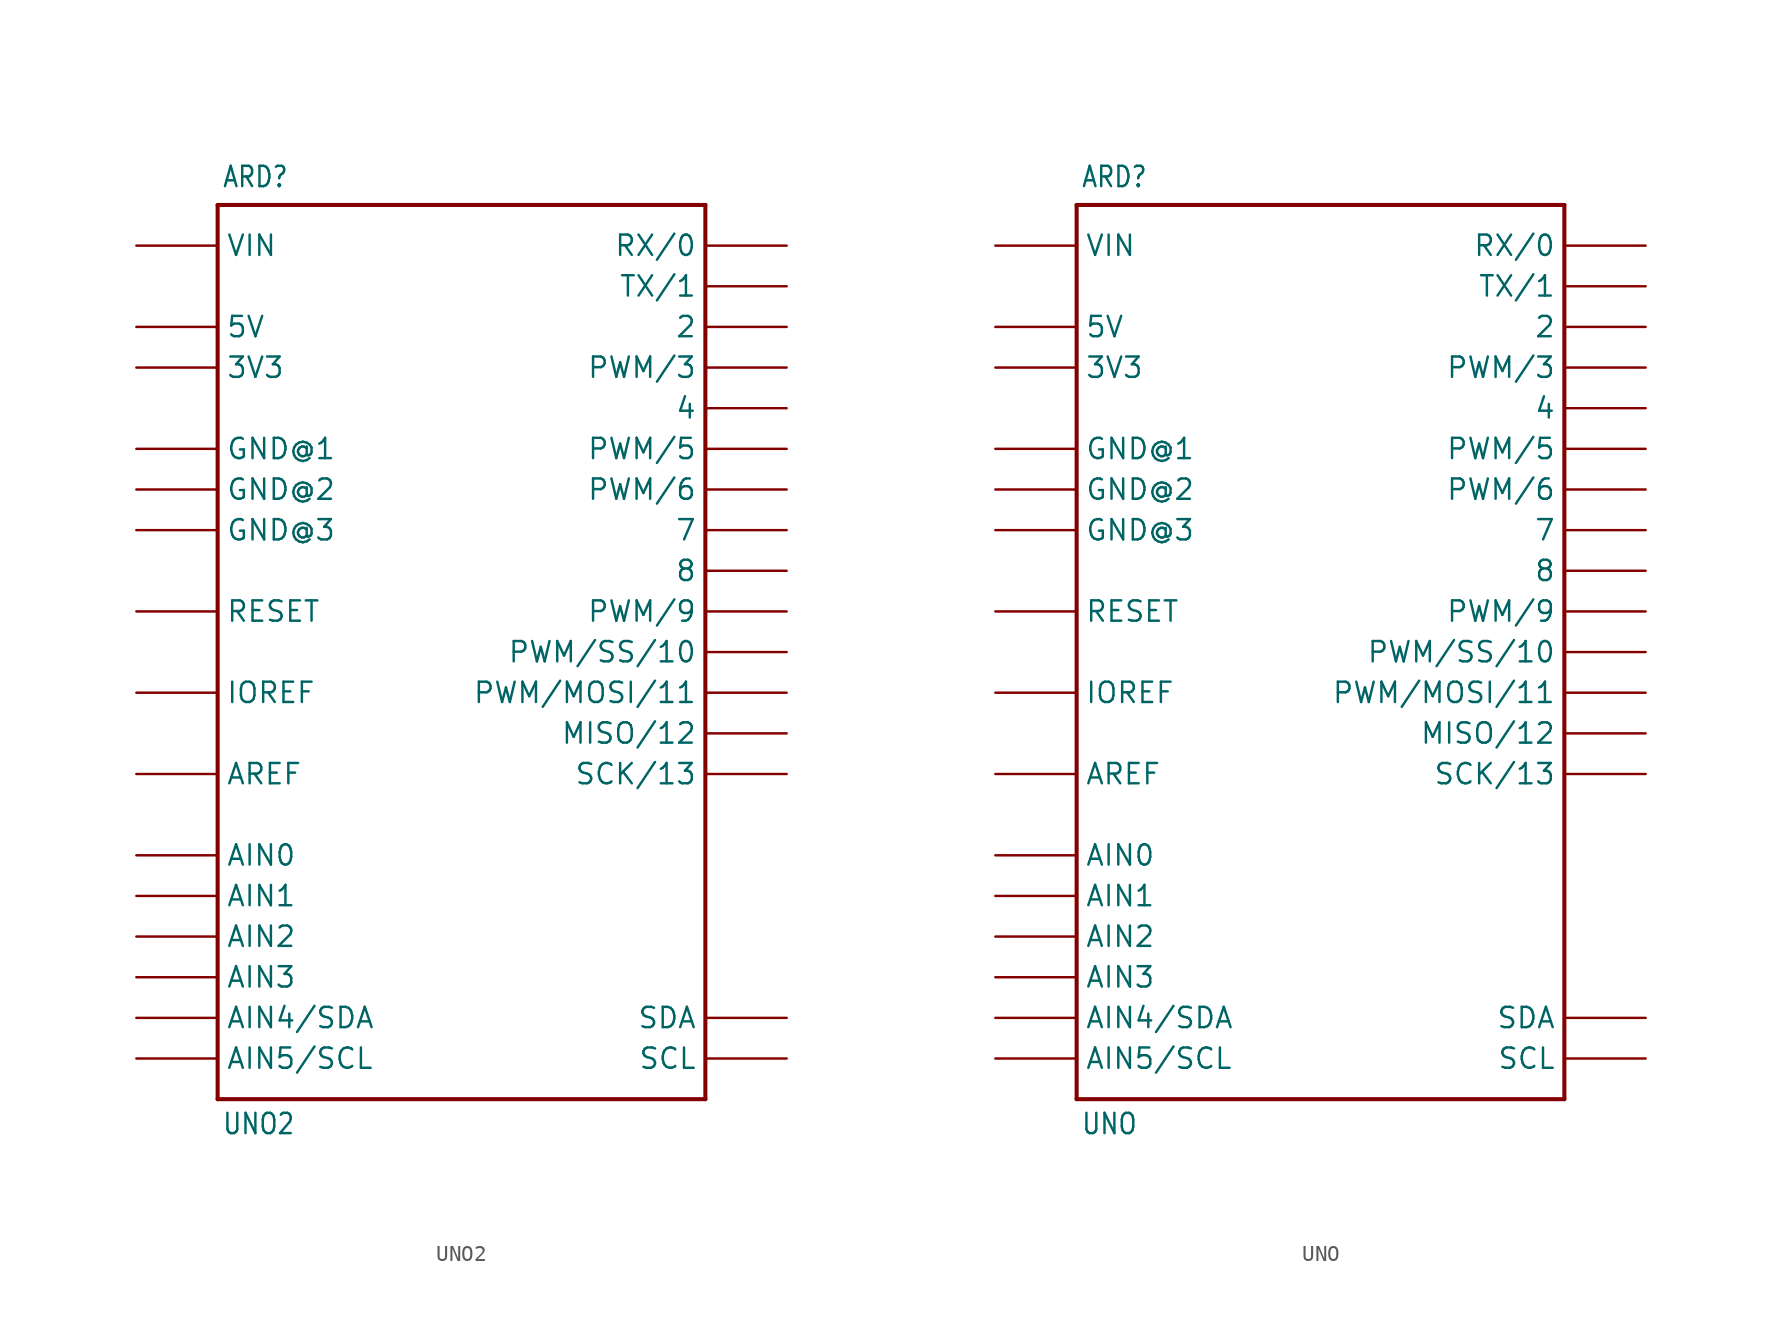
<source format=kicad_sym>
(kicad_symbol_lib
  (version 20211014)
  (generator kicad_symbol_editor)
  (symbol "UNO2"
    (property "Reference" "ARD"
      (at -14.986 28.956 0)
      (effects (font (size 1.27 1.079)) (justify left bottom)))
    (property "Value" "UNO2"
      (at -14.986 -30.226 0)
      (effects (font (size 1.27 1.079)) (justify left bottom)))
    (property "ki_locked" ""
      (at 0 0 0)
      (effects (font (size 1.27 1.27))))
    (symbol "UNO2_1_0"
      (polyline (pts (xy -15.24 -27.94) (xy 15.24 -27.94)) (stroke (width 0.254) (type default) (color 0 0 0 0)) (fill (type none)))
      (polyline (pts (xy -15.24 27.94) (xy -15.24 -27.94)) (stroke (width 0.254) (type default) (color 0 0 0 0)) (fill (type none)))
      (polyline (pts (xy 15.24 -27.94) (xy 15.24 27.94)) (stroke (width 0.254) (type default) (color 0 0 0 0)) (fill (type none)))
      (polyline (pts (xy 15.24 27.94) (xy -15.24 27.94)) (stroke (width 0.254) (type default) (color 0 0 0 0)) (fill (type none)))
      (pin bidirectional line (at 20.32 25.4 180) (length 5.08) (name "RX/0" (effects (font (size 1.27 1.27)))) (number "0" (effects (font (size 0 0)))))
      (pin bidirectional line (at 20.32 22.86 180) (length 5.08) (name "TX/1" (effects (font (size 1.27 1.27)))) (number "1" (effects (font (size 0 0)))))
      (pin bidirectional line (at 20.32 0 180) (length 5.08) (name "PWM/SS/10" (effects (font (size 1.27 1.27)))) (number "10" (effects (font (size 0 0)))))
      (pin bidirectional line (at 20.32 -2.54 180) (length 5.08) (name "PWM/MOSI/11" (effects (font (size 1.27 1.27)))) (number "11" (effects (font (size 0 0)))))
      (pin bidirectional line (at 20.32 -5.08 180) (length 5.08) (name "MISO/12" (effects (font (size 1.27 1.27)))) (number "12" (effects (font (size 0 0)))))
      (pin bidirectional line (at 20.32 -7.62 180) (length 5.08) (name "SCK/13" (effects (font (size 1.27 1.27)))) (number "13" (effects (font (size 0 0)))))
      (pin bidirectional line (at 20.32 20.32 180) (length 5.08) (name "2" (effects (font (size 1.27 1.27)))) (number "2" (effects (font (size 0 0)))))
      (pin bidirectional line (at 20.32 17.78 180) (length 5.08) (name "PWM/3" (effects (font (size 1.27 1.27)))) (number "3" (effects (font (size 0 0)))))
      (pin power_in line (at -20.32 17.78 0) (length 5.08) (name "3V3" (effects (font (size 1.27 1.27)))) (number "3V3" (effects (font (size 0 0)))))
      (pin bidirectional line (at 20.32 15.24 180) (length 5.08) (name "4" (effects (font (size 1.27 1.27)))) (number "4" (effects (font (size 0 0)))))
      (pin bidirectional line (at 20.32 12.7 180) (length 5.08) (name "PWM/5" (effects (font (size 1.27 1.27)))) (number "5" (effects (font (size 0 0)))))
      (pin power_in line (at -20.32 20.32 0) (length 5.08) (name "5V" (effects (font (size 1.27 1.27)))) (number "5V" (effects (font (size 0 0)))))
      (pin bidirectional line (at 20.32 10.16 180) (length 5.08) (name "PWM/6" (effects (font (size 1.27 1.27)))) (number "6" (effects (font (size 0 0)))))
      (pin bidirectional line (at 20.32 7.62 180) (length 5.08) (name "7" (effects (font (size 1.27 1.27)))) (number "7" (effects (font (size 0 0)))))
      (pin bidirectional line (at 20.32 5.08 180) (length 5.08) (name "8" (effects (font (size 1.27 1.27)))) (number "8" (effects (font (size 0 0)))))
      (pin bidirectional line (at 20.32 2.54 180) (length 5.08) (name "PWM/9" (effects (font (size 1.27 1.27)))) (number "9" (effects (font (size 0 0)))))
      (pin bidirectional line (at -20.32 -12.7 0) (length 5.08) (name "AIN0" (effects (font (size 1.27 1.27)))) (number "AIN0" (effects (font (size 0 0)))))
      (pin bidirectional line (at -20.32 -15.24 0) (length 5.08) (name "AIN1" (effects (font (size 1.27 1.27)))) (number "AIN1" (effects (font (size 0 0)))))
      (pin bidirectional line (at -20.32 -17.78 0) (length 5.08) (name "AIN2" (effects (font (size 1.27 1.27)))) (number "AIN2" (effects (font (size 0 0)))))
      (pin bidirectional line (at -20.32 -20.32 0) (length 5.08) (name "AIN3" (effects (font (size 1.27 1.27)))) (number "AIN3" (effects (font (size 0 0)))))
      (pin bidirectional line (at -20.32 -22.86 0) (length 5.08) (name "AIN4/SDA" (effects (font (size 1.27 1.27)))) (number "AIN4" (effects (font (size 0 0)))))
      (pin bidirectional line (at -20.32 -25.4 0) (length 5.08) (name "AIN5/SCL" (effects (font (size 1.27 1.27)))) (number "AIN5" (effects (font (size 0 0)))))
      (pin power_in line (at -20.32 -7.62 0) (length 5.08) (name "AREF" (effects (font (size 1.27 1.27)))) (number "AREF" (effects (font (size 0 0)))))
      (pin power_in line (at -20.32 12.7 0) (length 5.08) (name "GND@1" (effects (font (size 1.27 1.27)))) (number "GND@1" (effects (font (size 0 0)))))
      (pin power_in line (at -20.32 10.16 0) (length 5.08) (name "GND@2" (effects (font (size 1.27 1.27)))) (number "GND@2" (effects (font (size 0 0)))))
      (pin power_in line (at -20.32 7.62 0) (length 5.08) (name "GND@3" (effects (font (size 1.27 1.27)))) (number "GND@3" (effects (font (size 0 0)))))
      (pin power_in line (at -20.32 -2.54 0) (length 5.08) (name "IOREF" (effects (font (size 1.27 1.27)))) (number "IOREF" (effects (font (size 0 0)))))
      (pin bidirectional line (at -20.32 2.54 0) (length 5.08) (name "RESET" (effects (font (size 1.27 1.27)))) (number "RST" (effects (font (size 0 0)))))
      (pin bidirectional line (at 20.32 -25.4 180) (length 5.08) (name "SCL" (effects (font (size 1.27 1.27)))) (number "SCL" (effects (font (size 0 0)))))
      (pin bidirectional line (at 20.32 -22.86 180) (length 5.08) (name "SDA" (effects (font (size 1.27 1.27)))) (number "SDA" (effects (font (size 0 0)))))
      (pin power_in line (at -20.32 25.4 0) (length 5.08) (name "VIN" (effects (font (size 1.27 1.27)))) (number "VIN" (effects (font (size 0 0)))))))
  (symbol "UNO"
    (property "Reference" "ARD"
      (at -14.986 28.956 0)
      (effects (font (size 1.27 1.079)) (justify left bottom)))
    (property "Value" "UNO"
      (at -14.986 -30.226 0)
      (effects (font (size 1.27 1.079)) (justify left bottom)))
    (property "ki_locked" ""
      (at 0 0 0)
      (effects (font (size 1.27 1.27))))
    (symbol "UNO_1_0"
      (polyline (pts (xy -15.24 -27.94) (xy 15.24 -27.94)) (stroke (width 0.254) (type default) (color 0 0 0 0)) (fill (type none)))
      (polyline (pts (xy -15.24 27.94) (xy -15.24 -27.94)) (stroke (width 0.254) (type default) (color 0 0 0 0)) (fill (type none)))
      (polyline (pts (xy 15.24 -27.94) (xy 15.24 27.94)) (stroke (width 0.254) (type default) (color 0 0 0 0)) (fill (type none)))
      (polyline (pts (xy 15.24 27.94) (xy -15.24 27.94)) (stroke (width 0.254) (type default) (color 0 0 0 0)) (fill (type none)))
      (pin bidirectional line (at 20.32 25.4 180) (length 5.08) (name "RX/0" (effects (font (size 1.27 1.27)))) (number "0" (effects (font (size 0 0)))))
      (pin bidirectional line (at 20.32 22.86 180) (length 5.08) (name "TX/1" (effects (font (size 1.27 1.27)))) (number "1" (effects (font (size 0 0)))))
      (pin bidirectional line (at 20.32 0 180) (length 5.08) (name "PWM/SS/10" (effects (font (size 1.27 1.27)))) (number "10" (effects (font (size 0 0)))))
      (pin bidirectional line (at 20.32 -2.54 180) (length 5.08) (name "PWM/MOSI/11" (effects (font (size 1.27 1.27)))) (number "11" (effects (font (size 0 0)))))
      (pin bidirectional line (at 20.32 -5.08 180) (length 5.08) (name "MISO/12" (effects (font (size 1.27 1.27)))) (number "12" (effects (font (size 0 0)))))
      (pin bidirectional line (at 20.32 -7.62 180) (length 5.08) (name "SCK/13" (effects (font (size 1.27 1.27)))) (number "13" (effects (font (size 0 0)))))
      (pin bidirectional line (at 20.32 20.32 180) (length 5.08) (name "2" (effects (font (size 1.27 1.27)))) (number "2" (effects (font (size 0 0)))))
      (pin bidirectional line (at 20.32 17.78 180) (length 5.08) (name "PWM/3" (effects (font (size 1.27 1.27)))) (number "3" (effects (font (size 0 0)))))
      (pin power_in line (at -20.32 17.78 0) (length 5.08) (name "3V3" (effects (font (size 1.27 1.27)))) (number "3V3" (effects (font (size 0 0)))))
      (pin bidirectional line (at 20.32 15.24 180) (length 5.08) (name "4" (effects (font (size 1.27 1.27)))) (number "4" (effects (font (size 0 0)))))
      (pin bidirectional line (at 20.32 12.7 180) (length 5.08) (name "PWM/5" (effects (font (size 1.27 1.27)))) (number "5" (effects (font (size 0 0)))))
      (pin power_in line (at -20.32 20.32 0) (length 5.08) (name "5V" (effects (font (size 1.27 1.27)))) (number "5V" (effects (font (size 0 0)))))
      (pin bidirectional line (at 20.32 10.16 180) (length 5.08) (name "PWM/6" (effects (font (size 1.27 1.27)))) (number "6" (effects (font (size 0 0)))))
      (pin bidirectional line (at 20.32 7.62 180) (length 5.08) (name "7" (effects (font (size 1.27 1.27)))) (number "7" (effects (font (size 0 0)))))
      (pin bidirectional line (at 20.32 5.08 180) (length 5.08) (name "8" (effects (font (size 1.27 1.27)))) (number "8" (effects (font (size 0 0)))))
      (pin bidirectional line (at 20.32 2.54 180) (length 5.08) (name "PWM/9" (effects (font (size 1.27 1.27)))) (number "9" (effects (font (size 0 0)))))
      (pin bidirectional line (at -20.32 -12.7 0) (length 5.08) (name "AIN0" (effects (font (size 1.27 1.27)))) (number "AIN0" (effects (font (size 0 0)))))
      (pin bidirectional line (at -20.32 -15.24 0) (length 5.08) (name "AIN1" (effects (font (size 1.27 1.27)))) (number "AIN1" (effects (font (size 0 0)))))
      (pin bidirectional line (at -20.32 -17.78 0) (length 5.08) (name "AIN2" (effects (font (size 1.27 1.27)))) (number "AIN2" (effects (font (size 0 0)))))
      (pin bidirectional line (at -20.32 -20.32 0) (length 5.08) (name "AIN3" (effects (font (size 1.27 1.27)))) (number "AIN3" (effects (font (size 0 0)))))
      (pin bidirectional line (at -20.32 -22.86 0) (length 5.08) (name "AIN4/SDA" (effects (font (size 1.27 1.27)))) (number "AIN4" (effects (font (size 0 0)))))
      (pin bidirectional line (at -20.32 -25.4 0) (length 5.08) (name "AIN5/SCL" (effects (font (size 1.27 1.27)))) (number "AIN5" (effects (font (size 0 0)))))
      (pin power_in line (at -20.32 -7.62 0) (length 5.08) (name "AREF" (effects (font (size 1.27 1.27)))) (number "AREF" (effects (font (size 0 0)))))
      (pin power_in line (at -20.32 12.7 0) (length 5.08) (name "GND@1" (effects (font (size 1.27 1.27)))) (number "GND@1" (effects (font (size 0 0)))))
      (pin power_in line (at -20.32 10.16 0) (length 5.08) (name "GND@2" (effects (font (size 1.27 1.27)))) (number "GND@2" (effects (font (size 0 0)))))
      (pin power_in line (at -20.32 7.62 0) (length 5.08) (name "GND@3" (effects (font (size 1.27 1.27)))) (number "GND@3" (effects (font (size 0 0)))))
      (pin power_in line (at -20.32 -2.54 0) (length 5.08) (name "IOREF" (effects (font (size 1.27 1.27)))) (number "IOREF" (effects (font (size 0 0)))))
      (pin bidirectional line (at -20.32 2.54 0) (length 5.08) (name "RESET" (effects (font (size 1.27 1.27)))) (number "RST" (effects (font (size 0 0)))))
      (pin bidirectional line (at 20.32 -25.4 180) (length 5.08) (name "SCL" (effects (font (size 1.27 1.27)))) (number "SCL" (effects (font (size 0 0)))))
      (pin bidirectional line (at 20.32 -22.86 180) (length 5.08) (name "SDA" (effects (font (size 1.27 1.27)))) (number "SDA" (effects (font (size 0 0)))))
      (pin power_in line (at -20.32 25.4 0) (length 5.08) (name "VIN" (effects (font (size 1.27 1.27)))) (number "VIN" (effects (font (size 0 0))))))))
</source>
